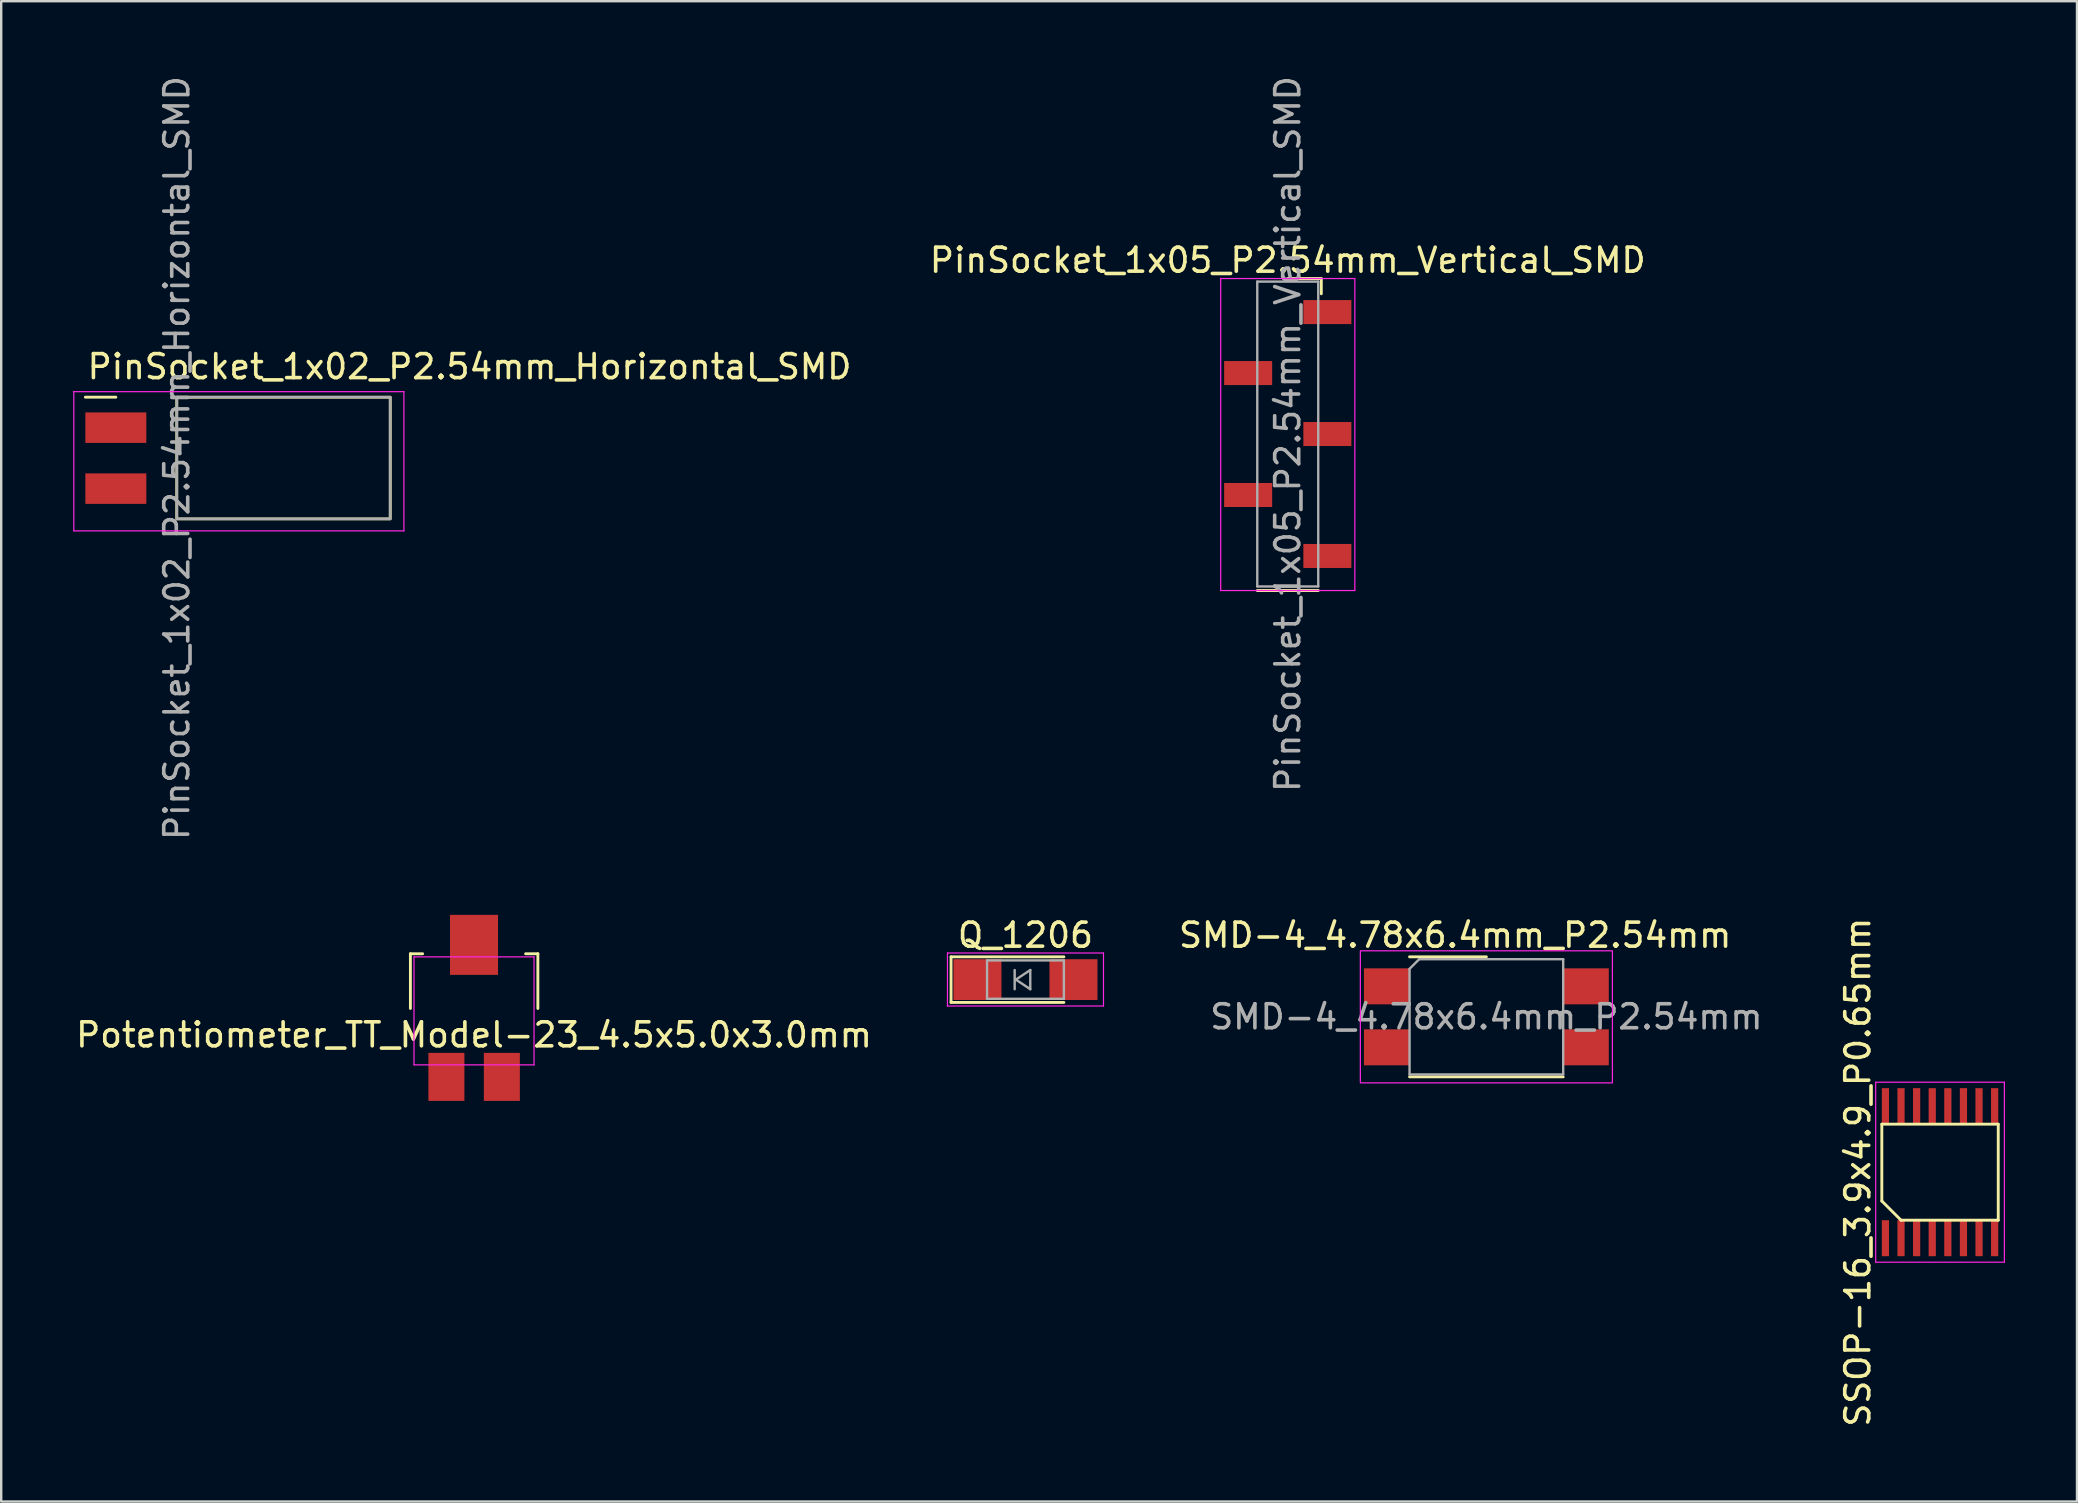
<source format=kicad_pcb>
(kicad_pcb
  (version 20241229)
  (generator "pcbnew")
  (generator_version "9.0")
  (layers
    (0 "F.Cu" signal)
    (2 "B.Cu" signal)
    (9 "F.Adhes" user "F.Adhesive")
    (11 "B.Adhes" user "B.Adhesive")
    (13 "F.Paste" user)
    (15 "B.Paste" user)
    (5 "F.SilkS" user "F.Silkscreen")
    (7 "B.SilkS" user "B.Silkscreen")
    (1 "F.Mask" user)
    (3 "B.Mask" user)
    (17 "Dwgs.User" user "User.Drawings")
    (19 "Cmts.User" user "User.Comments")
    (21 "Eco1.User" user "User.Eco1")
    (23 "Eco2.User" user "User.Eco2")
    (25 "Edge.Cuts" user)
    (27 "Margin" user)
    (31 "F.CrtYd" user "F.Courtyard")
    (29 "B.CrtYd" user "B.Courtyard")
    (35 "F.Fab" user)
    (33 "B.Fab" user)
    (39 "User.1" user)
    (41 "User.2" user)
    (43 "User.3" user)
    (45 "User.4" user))
  (footprint "PinSocket_1x05_P2.54mm_Vertical_SMD"
    (layer "F.Cu")
    (at 50.594 15.03)
    (property "Reference" "PinSocket_1x05_P2.54mm_Vertical_SMD" (at 0 -7.239 180) (layer "F.SilkS") (effects (font (size 1 1) (thickness 0.15))))
    (attr smd)
    (fp_line (start -1.27 6.52) (end 1.27 6.52) (stroke (width 0.12) (type solid)) (layer "F.SilkS"))
    (fp_line (start 1.397 -6.477) (end 0 -6.477) (stroke (width 0.12) (type solid)) (layer "F.SilkS"))
    (fp_line (start 1.397 -5.842) (end 1.397 -6.477) (stroke (width 0.12) (type solid)) (layer "F.SilkS"))
    (fp_line (start -2.794 -6.477) (end -2.794 6.52) (stroke (width 0.05) (type solid)) (layer "F.CrtYd"))
    (fp_line (start -2.794 6.52) (end 2.794 6.52) (stroke (width 0.05) (type solid)) (layer "F.CrtYd"))
    (fp_line (start 2.794 -6.477) (end -2.794 -6.477) (stroke (width 0.05) (type solid)) (layer "F.CrtYd"))
    (fp_line (start 2.794 6.52) (end 2.794 -6.477) (stroke (width 0.05) (type solid)) (layer "F.CrtYd"))
    (fp_line (start -1.27 -6.35) (end 1.27 -6.35) (stroke (width 0.1) (type solid)) (layer "F.Fab"))
    (fp_line (start -1.27 6.35) (end -1.27 -6.35) (stroke (width 0.1) (type solid)) (layer "F.Fab"))
    (fp_line (start -1.27 6.35) (end 1.27 6.35) (stroke (width 0.1) (type solid)) (layer "F.Fab"))
    (fp_line (start 1.27 -6.35) (end 1.27 6.35) (stroke (width 0.1) (type solid)) (layer "F.Fab"))
    (fp_text user "${REFERENCE}" (at 0 0 90) (layer "F.Fab") (effects (font (size 1 1) (thickness 0.15))))
    (pad "1" smd rect (at 1.65 -5.08) (size 2 1) (layers "F.Cu" "F.Mask" "F.Paste"))
    (pad "2" smd rect (at -1.65 -2.54) (size 2 1) (layers "F.Cu" "F.Mask" "F.Paste"))
    (pad "3" smd rect (at 1.65 0) (size 2 1) (layers "F.Cu" "F.Mask" "F.Paste"))
    (pad "4" smd rect (at -1.65 2.54) (size 2 1) (layers "F.Cu" "F.Mask" "F.Paste"))
    (pad "5" smd rect (at 1.65 5.08) (size 2 1) (layers "F.Cu" "F.Mask" "F.Paste")))
  (footprint "SMD-4_4.78x6.4mm_P2.54mm"
    (layer "F.Cu")
    (at 59.118 39.558)
    (property "Reference" "SMD-4_4.78x6.4mm_P2.54mm" (at -1.55 -3.65 0) (unlocked yes) (layer "F.SilkS") (effects (font (size 1 1) (thickness 0.15))))
    (attr smd)
    (fp_line (start -3.45 -2.75) (end -0.25 -2.75) (stroke (width 0.12) (type solid)) (layer "F.SilkS"))
    (fp_line (start -3.45 2.25) (end 2.95 2.25) (stroke (width 0.12) (type solid)) (layer "F.SilkS"))
    (fp_rect (start -5.5 2.5) (end 5 -3) (stroke (width 0.05) (type solid)) (fill no) (layer "F.CrtYd"))
    (fp_line (start -3.45 -2.25) (end -3.05 -2.65) (stroke (width 0.1) (type solid)) (layer "F.Fab"))
    (fp_line (start -3.45 2.15) (end -3.45 -2.25) (stroke (width 0.1) (type solid)) (layer "F.Fab"))
    (fp_line (start -3.45 2.15) (end 2.95 2.15) (stroke (width 0.1) (type solid)) (layer "F.Fab"))
    (fp_line (start -3.05 -2.65) (end 2.95 -2.65) (stroke (width 0.1) (type solid)) (layer "F.Fab"))
    (fp_line (start 2.95 2.15) (end 2.95 -2.65) (stroke (width 0.1) (type solid)) (layer "F.Fab"))
    (fp_text user "${REFERENCE}" (at -0.25 -0.25 0) (unlocked yes) (layer "F.Fab") (effects (font (size 1 1) (thickness 0.15))))
    (pad "1" smd rect (at -4.4 -1.52 90) (size 1.5 1.9) (layers "F.Cu" "F.Mask" "F.Paste"))
    (pad "2" smd rect (at -4.4 1.02 90) (size 1.5 1.9) (layers "F.Cu" "F.Mask" "F.Paste"))
    (pad "3" smd rect (at 3.9 1.02 90) (size 1.5 1.9) (layers "F.Cu" "F.Mask" "F.Paste"))
    (pad "4" smd rect (at 3.9 -1.52 90) (size 1.5 1.9) (layers "F.Cu" "F.Mask" "F.Paste")))
  (footprint "Q_1206"
    (layer "F.Cu")
    (at 39.668 37.758)
    (property "Reference" "Q_1206" (at 0 -1.85 0) (layer "F.SilkS") (effects (font (size 1 1) (thickness 0.15))))
    (attr smd)
    (fp_line (start -3.1 -0.95) (end -3.1 0.95) (stroke (width 0.12) (type solid)) (layer "F.SilkS"))
    (fp_line (start -3.1 -0.95) (end 1.6 -0.95) (stroke (width 0.12) (type solid)) (layer "F.SilkS"))
    (fp_line (start -3.1 0.95) (end 1.6 0.95) (stroke (width 0.12) (type solid)) (layer "F.SilkS"))
    (fp_line (start -3.25 -1.11) (end -3.25 1.1) (stroke (width 0.05) (type solid)) (layer "F.CrtYd"))
    (fp_line (start -3.25 -1.11) (end 3.25 -1.11) (stroke (width 0.05) (type solid)) (layer "F.CrtYd"))
    (fp_line (start 3.25 1.1) (end -3.25 1.1) (stroke (width 0.05) (type solid)) (layer "F.CrtYd"))
    (fp_line (start 3.25 1.1) (end 3.25 -1.11) (stroke (width 0.05) (type solid)) (layer "F.CrtYd"))
    (fp_line (start -1.6 -0.8) (end 1.6 -0.8) (stroke (width 0.1) (type solid)) (layer "F.Fab"))
    (fp_line (start -1.6 0.8) (end -1.6 -0.8) (stroke (width 0.1) (type solid)) (layer "F.Fab"))
    (fp_line (start -0.45 -0.4) (end -0.45 0.4) (stroke (width 0.1) (type solid)) (layer "F.Fab"))
    (fp_line (start -0.4 0) (end 0.2 -0.4) (stroke (width 0.1) (type solid)) (layer "F.Fab"))
    (fp_line (start 0.2 -0.4) (end 0.2 0.4) (stroke (width 0.1) (type solid)) (layer "F.Fab"))
    (fp_line (start 0.2 0.4) (end -0.4 0) (stroke (width 0.1) (type solid)) (layer "F.Fab"))
    (fp_line (start 1.6 -0.8) (end 1.6 0.8) (stroke (width 0.1) (type solid)) (layer "F.Fab"))
    (fp_line (start 1.6 0.8) (end -1.6 0.8) (stroke (width 0.1) (type solid)) (layer "F.Fab"))
    (pad "1" smd rect (at -2 0) (size 2 1.7) (layers "F.Cu" "F.Mask" "F.Paste"))
    (pad "2" smd rect (at 2 0) (size 2 1.7) (layers "F.Cu" "F.Mask" "F.Paste")))
  (footprint "PinSocket_1x02_P2.54mm_Horizontal_SMD"
    (layer "F.Cu")
    (at 1.775 14.765)
    (property "Reference" "PinSocket_1x02_P2.54mm_Horizontal_SMD" (at -1.27 -2.54 180) (layer "F.SilkS") (effects (font (size 1 1) (thickness 0.15)) (justify left)))
    (attr smd)
    (fp_line (start -1.27 -1.27) (end 0 -1.27) (stroke (width 0.12) (type solid)) (layer "F.SilkS"))
    (fp_rect (start 2.54 -1.27) (end 11.43 3.8) (stroke (width 0.12) (type solid)) (fill no) (layer "F.SilkS"))
    (fp_line (start -1.75 -1.5) (end -1.75 4.3) (stroke (width 0.05) (type solid)) (layer "F.CrtYd"))
    (fp_line (start -1.75 4.3) (end 12 4.3) (stroke (width 0.05) (type solid)) (layer "F.CrtYd"))
    (fp_line (start 12 -1.5) (end -1.75 -1.5) (stroke (width 0.05) (type solid)) (layer "F.CrtYd"))
    (fp_line (start 12 4.3) (end 12 -1.5) (stroke (width 0.05) (type solid)) (layer "F.CrtYd"))
    (fp_line (start 2.54 -1.27) (end 11.43 -1.27) (stroke (width 0.1) (type solid)) (layer "F.Fab"))
    (fp_line (start 2.54 3.8) (end 2.54 -1.27) (stroke (width 0.1) (type solid)) (layer "F.Fab"))
    (fp_line (start 2.54 3.8) (end 11.43 3.8) (stroke (width 0.1) (type solid)) (layer "F.Fab"))
    (fp_line (start 11.43 -1.27) (end 11.43 3.8) (stroke (width 0.1) (type solid)) (layer "F.Fab"))
    (fp_text user "${REFERENCE}" (at 2.54 1.265 90) (layer "F.Fab") (effects (font (size 1 1) (thickness 0.15))))
    (pad "1" smd rect (at 0 0) (size 2.54 1.27) (layers "F.Cu" "F.Mask" "F.Paste"))
    (pad "2" smd rect (at 0 2.54) (size 2.54 1.27) (layers "F.Cu" "F.Mask" "F.Paste")))
  (footprint "SSOP-16_3.9x4.9_P0.65mm"
    (layer "F.Cu")
    (at 77.766 45.78)
    (property "Reference" "SSOP-16_3.9x4.9_P0.65mm" (at -3.425 0 90) (layer "F.SilkS") (effects (font (size 1 1) (thickness 0.15))))
    (attr smd)
    (fp_line (start -2.425 -2) (end 2.425 -2) (stroke (width 0.12) (type solid)) (layer "F.SilkS"))
    (fp_line (start -2.425 1.2) (end -2.425 -2) (stroke (width 0.12) (type solid)) (layer "F.SilkS"))
    (fp_line (start -1.625 2) (end -2.425 1.2) (stroke (width 0.12) (type solid)) (layer "F.SilkS"))
    (fp_line (start 2.425 -2) (end 2.425 2) (stroke (width 0.12) (type solid)) (layer "F.SilkS"))
    (fp_line (start 2.425 2) (end -1.625 2) (stroke (width 0.12) (type solid)) (layer "F.SilkS"))
    (fp_line (start -2.68 -3.75) (end 2.68 -3.75) (stroke (width 0.05) (type solid)) (layer "F.CrtYd"))
    (fp_line (start -2.68 3.75) (end -2.68 -3.75) (stroke (width 0.05) (type solid)) (layer "F.CrtYd"))
    (fp_line (start 2.68 -3.75) (end 2.68 3.75) (stroke (width 0.05) (type solid)) (layer "F.CrtYd"))
    (fp_line (start 2.68 3.75) (end -2.68 3.75) (stroke (width 0.05) (type solid)) (layer "F.CrtYd"))
    (pad "1" smd rect (at -2.275 2.75) (size 0.3 1.5) (layers "F.Cu" "F.Mask" "F.Paste"))
    (pad "2" smd rect (at -1.625 2.75) (size 0.3 1.5) (layers "F.Cu" "F.Mask" "F.Paste"))
    (pad "3" smd rect (at -0.975 2.75) (size 0.3 1.5) (layers "F.Cu" "F.Mask" "F.Paste"))
    (pad "4" smd rect (at -0.325 2.75) (size 0.3 1.5) (layers "F.Cu" "F.Mask" "F.Paste"))
    (pad "5" smd rect (at 0.325 2.75) (size 0.3 1.5) (layers "F.Cu" "F.Mask" "F.Paste"))
    (pad "6" smd rect (at 0.975 2.75) (size 0.3 1.5) (layers "F.Cu" "F.Mask" "F.Paste"))
    (pad "7" smd rect (at 1.625 2.75) (size 0.3 1.5) (layers "F.Cu" "F.Mask" "F.Paste"))
    (pad "8" smd rect (at 2.275 2.75) (size 0.3 1.5) (layers "F.Cu" "F.Mask" "F.Paste"))
    (pad "9" smd rect (at 2.275 -2.75) (size 0.3 1.5) (layers "F.Cu" "F.Mask" "F.Paste"))
    (pad "10" smd rect (at 1.625 -2.75) (size 0.3 1.5) (layers "F.Cu" "F.Mask" "F.Paste"))
    (pad "11" smd rect (at 0.975 -2.75) (size 0.3 1.5) (layers "F.Cu" "F.Mask" "F.Paste"))
    (pad "12" smd rect (at 0.325 -2.75) (size 0.3 1.5) (layers "F.Cu" "F.Mask" "F.Paste"))
    (pad "13" smd rect (at -0.325 -2.75) (size 0.3 1.5) (layers "F.Cu" "F.Mask" "F.Paste"))
    (pad "14" smd rect (at -0.975 -2.75) (size 0.3 1.5) (layers "F.Cu" "F.Mask" "F.Paste"))
    (pad "15" smd rect (at -1.625 -2.75) (size 0.3 1.5) (layers "F.Cu" "F.Mask" "F.Paste"))
    (pad "16" smd rect (at -2.275 -2.75) (size 0.3 1.5) (layers "F.Cu" "F.Mask" "F.Paste")))
  (footprint "Potentiometer_TT_Model-23_4.5x5.0x3.0mm"
    (layer "F.Cu")
    (at 16.696 39.06)
    (property "Reference" "Potentiometer_TT_Model-23_4.5x5.0x3.0mm" (at 0 1 0) (layer "F.SilkS") (effects (font (size 1 1) (thickness 0.15))))
    (attr smd)
    (fp_line (start -2.65 -2.38) (end -2.14 -2.38) (stroke (width 0.12) (type solid)) (layer "F.SilkS"))
    (fp_line (start -2.65 -0.1) (end -2.65 -2.38) (stroke (width 0.12) (type solid)) (layer "F.SilkS"))
    (fp_line (start 2.15 -2.38) (end 2.66 -2.38) (stroke (width 0.12) (type solid)) (layer "F.SilkS"))
    (fp_line (start 2.66 -2.38) (end 2.66 -0.1) (stroke (width 0.12) (type solid)) (layer "F.SilkS"))
    (fp_line (start -2.5 -2.25) (end 2.5 -2.25) (stroke (width 0.05) (type solid)) (layer "F.CrtYd"))
    (fp_line (start -2.5 2.25) (end -2.5 -2.25) (stroke (width 0.05) (type solid)) (layer "F.CrtYd"))
    (fp_line (start 2.5 -2.25) (end 2.5 2.25) (stroke (width 0.05) (type solid)) (layer "F.CrtYd"))
    (fp_line (start 2.5 2.25) (end -2.5 2.25) (stroke (width 0.05) (type solid)) (layer "F.CrtYd"))
    (pad "1" smd rect (at 1.16 2.75) (size 1.5 2) (layers "F.Cu" "F.Mask" "F.Paste"))
    (pad "2" smd rect (at 0 -2.75) (size 2 2.5) (layers "F.Cu" "F.Mask" "F.Paste"))
    (pad "3" smd rect (at -1.15 2.75) (size 1.5 2) (layers "F.Cu" "F.Mask" "F.Paste")))
  (gr_rect
    (start -3 -3)
    (end 83.471 59.5)
    (stroke (width 0.1) (type default))
    (fill no)
    (layer "Edge.Cuts")))
</source>
